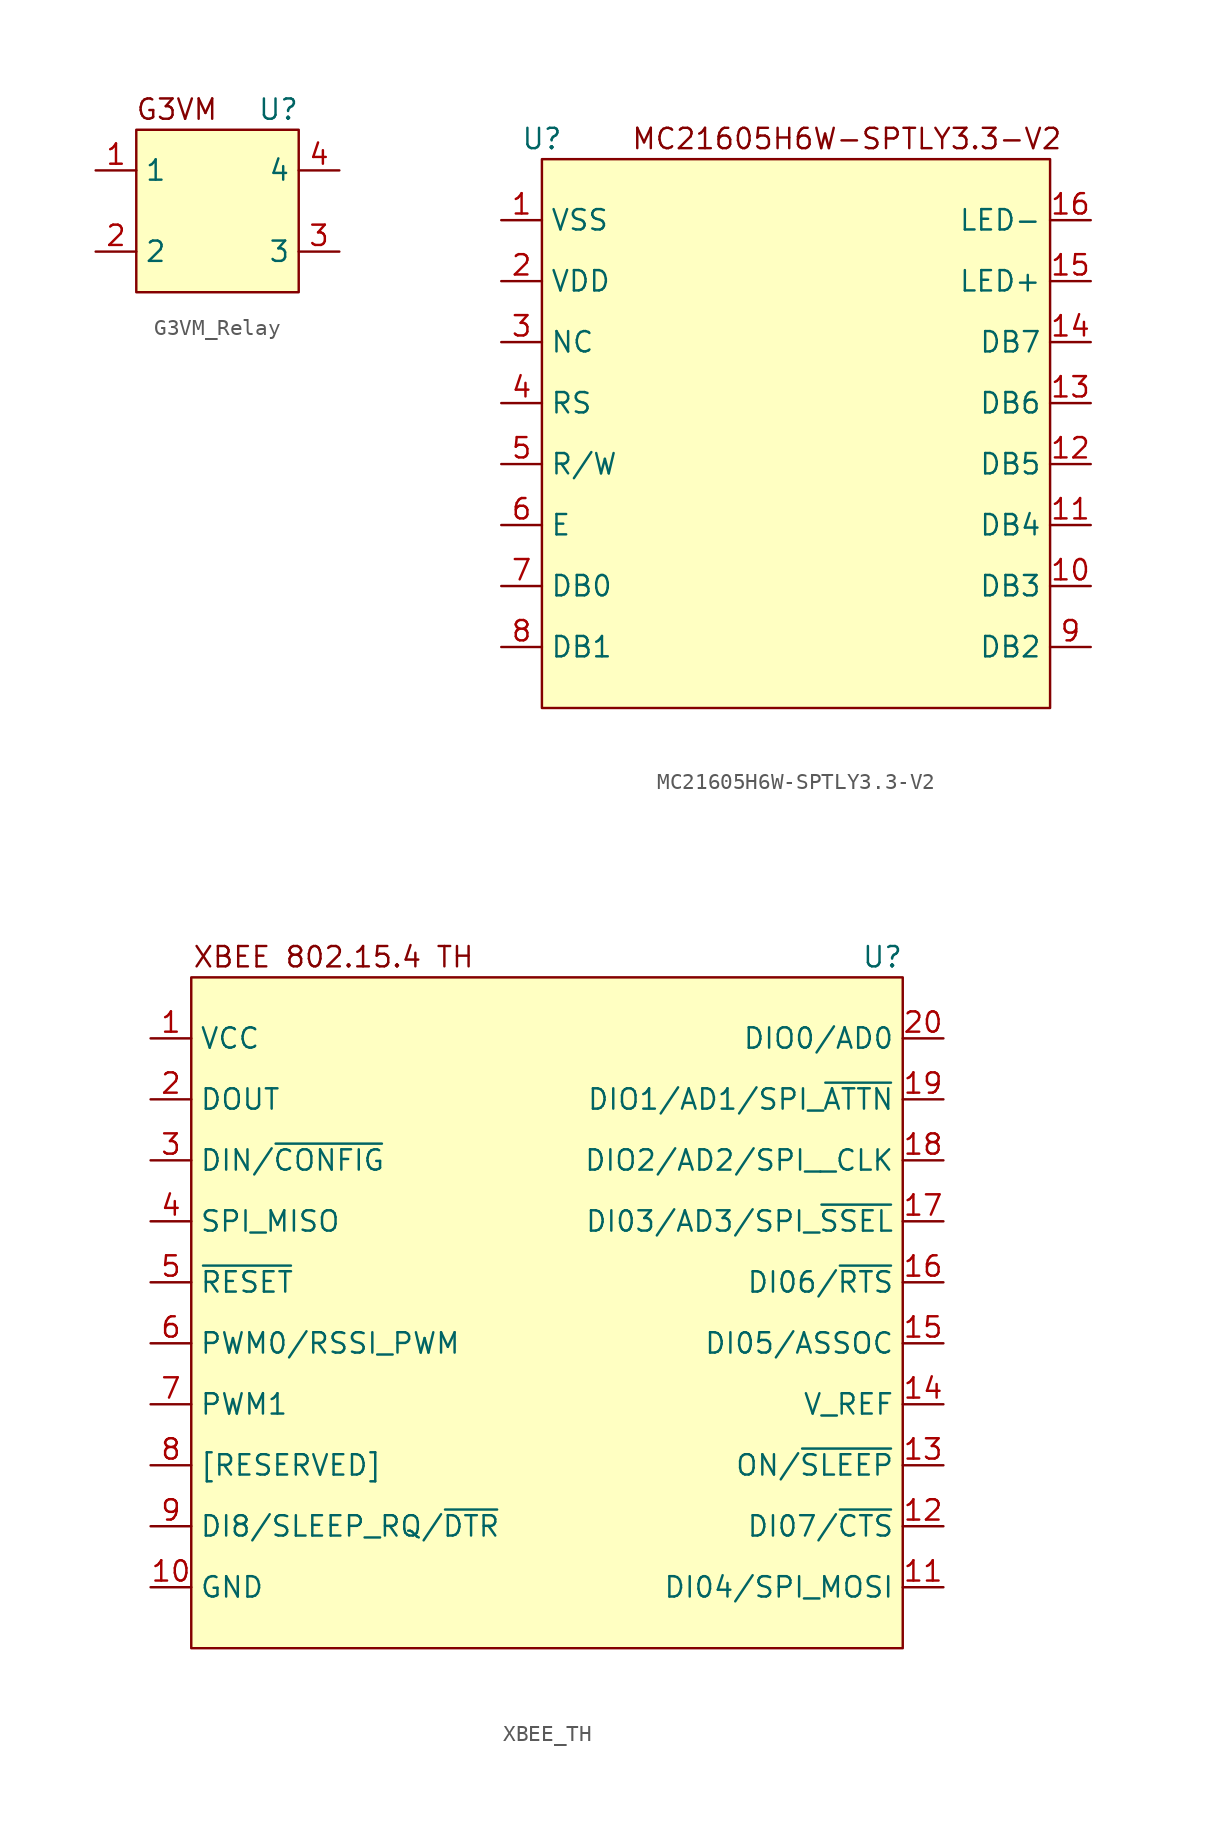
<source format=kicad_sym>
(kicad_symbol_lib
  (version 20220914)
  (generator kicad_symbol_editor)
  (symbol "G3VM_Relay"
    (property "Reference" "U"
      (at 3.81 6.35 0)
      (effects (font (size 1.27 1.27))))
    (property "Value" ""
      (at -5.08 7.62 0)
      (effects (font (size 1.27 1.27))))
    (symbol "G3VM_Relay_1_1"
      (rectangle (start -5.08 5.08) (end 5.08 -5.08) (stroke (width 0) (type default)) (fill (type background)))
      (text "G3VM" (at -2.54 6.35 0) (effects (font (size 1.27 1.27))))
      (pin input line (at -7.62 2.54 0) (length 2.54) (name "1" (effects (font (size 1.27 1.27)))) (number "1" (effects (font (size 1.27 1.27)))))
      (pin input line (at -7.62 -2.54 0) (length 2.54) (name "2" (effects (font (size 1.27 1.27)))) (number "2" (effects (font (size 1.27 1.27)))))
      (pin input line (at 7.62 -2.54 180) (length 2.54) (name "3" (effects (font (size 1.27 1.27)))) (number "3" (effects (font (size 1.27 1.27)))))
      (pin input line (at 7.62 2.54 180) (length 2.54) (name "4" (effects (font (size 1.27 1.27)))) (number "4" (effects (font (size 1.27 1.27)))))))
  (symbol "MC21605H6W-SPTLY3.3-V2"
    (property "Reference" "U"
      (at -15.24 17.78 0)
      (effects (font (size 1.27 1.27))))
    (property "Value" ""
      (at 0 -2.54 0)
      (effects (font (size 1.27 1.27))))
    (symbol "MC21605H6W-SPTLY3.3-V2_1_1"
      (rectangle (start -15.24 16.51) (end 16.51 -17.78) (stroke (width 0) (type default)) (fill (type background)))
      (text "MC21605H6W-SPTLY3.3-V2" (at 3.81 17.78 0) (effects (font (size 1.27 1.27))))
      (pin input line (at -17.78 12.7 0) (length 2.54) (name "VSS" (effects (font (size 1.27 1.27)))) (number "1" (effects (font (size 1.27 1.27)))))
      (pin input line (at 19.05 -10.16 180) (length 2.54) (name "DB3" (effects (font (size 1.27 1.27)))) (number "10" (effects (font (size 1.27 1.27)))))
      (pin input line (at 19.05 -6.35 180) (length 2.54) (name "DB4" (effects (font (size 1.27 1.27)))) (number "11" (effects (font (size 1.27 1.27)))))
      (pin input line (at 19.05 -2.54 180) (length 2.54) (name "DB5" (effects (font (size 1.27 1.27)))) (number "12" (effects (font (size 1.27 1.27)))))
      (pin input line (at 19.05 1.27 180) (length 2.54) (name "DB6" (effects (font (size 1.27 1.27)))) (number "13" (effects (font (size 1.27 1.27)))))
      (pin input line (at 19.05 5.08 180) (length 2.54) (name "DB7" (effects (font (size 1.27 1.27)))) (number "14" (effects (font (size 1.27 1.27)))))
      (pin input line (at 19.05 8.89 180) (length 2.54) (name "LED+" (effects (font (size 1.27 1.27)))) (number "15" (effects (font (size 1.27 1.27)))))
      (pin input line (at 19.05 12.7 180) (length 2.54) (name "LED-" (effects (font (size 1.27 1.27)))) (number "16" (effects (font (size 1.27 1.27)))))
      (pin input line (at -17.78 8.89 0) (length 2.54) (name "VDD" (effects (font (size 1.27 1.27)))) (number "2" (effects (font (size 1.27 1.27)))))
      (pin input line (at -17.78 5.08 0) (length 2.54) (name "NC" (effects (font (size 1.27 1.27)))) (number "3" (effects (font (size 1.27 1.27)))))
      (pin input line (at -17.78 1.27 0) (length 2.54) (name "RS" (effects (font (size 1.27 1.27)))) (number "4" (effects (font (size 1.27 1.27)))))
      (pin input line (at -17.78 -2.54 0) (length 2.54) (name "R/W" (effects (font (size 1.27 1.27)))) (number "5" (effects (font (size 1.27 1.27)))))
      (pin input line (at -17.78 -6.35 0) (length 2.54) (name "E" (effects (font (size 1.27 1.27)))) (number "6" (effects (font (size 1.27 1.27)))))
      (pin input line (at -17.78 -10.16 0) (length 2.54) (name "DB0" (effects (font (size 1.27 1.27)))) (number "7" (effects (font (size 1.27 1.27)))))
      (pin input line (at -17.78 -13.97 0) (length 2.54) (name "DB1" (effects (font (size 1.27 1.27)))) (number "8" (effects (font (size 1.27 1.27)))))
      (pin input line (at 19.05 -13.97 180) (length 2.54) (name "DB2" (effects (font (size 1.27 1.27)))) (number "9" (effects (font (size 1.27 1.27)))))))
  (symbol "XBEE_TH"
    (property "Reference" "U"
      (at 20.32 20.32 0)
      (effects (font (size 1.27 1.27))))
    (property "Value" ""
      (at 20.32 20.32 0)
      (effects (font (size 1.27 1.27))))
    (symbol "XBEE_TH_1_1"
      (rectangle (start -22.86 19.05) (end 21.59 -22.86) (stroke (width 0) (type default)) (fill (type background)))
      (text "XBEE 802.15.4 TH" (at -13.97 20.32 0) (effects (font (size 1.27 1.27))))
      (pin input line (at -25.4 15.24 0) (length 2.54) (name "VCC" (effects (font (size 1.27 1.27)))) (number "1" (effects (font (size 1.27 1.27)))))
      (pin input line (at -25.4 -19.05 0) (length 2.54) (name "GND" (effects (font (size 1.27 1.27)))) (number "10" (effects (font (size 1.27 1.27)))))
      (pin input line (at 24.13 -19.05 180) (length 2.54) (name "DI04/SPI_MOSI" (effects (font (size 1.27 1.27)))) (number "11" (effects (font (size 1.27 1.27)))))
      (pin input line (at 24.13 -15.24 180) (length 2.54) (name "DI07/~{CTS}" (effects (font (size 1.27 1.27)))) (number "12" (effects (font (size 1.27 1.27)))))
      (pin input line (at 24.13 -11.43 180) (length 2.54) (name "ON/~{SLEEP}" (effects (font (size 1.27 1.27)))) (number "13" (effects (font (size 1.27 1.27)))))
      (pin input line (at 24.13 -7.62 180) (length 2.54) (name "V_REF" (effects (font (size 1.27 1.27)))) (number "14" (effects (font (size 1.27 1.27)))))
      (pin input line (at 24.13 -3.81 180) (length 2.54) (name "DI05/ASSOC" (effects (font (size 1.27 1.27)))) (number "15" (effects (font (size 1.27 1.27)))))
      (pin input line (at 24.13 0 180) (length 2.54) (name "DI06/~{RTS}" (effects (font (size 1.27 1.27)))) (number "16" (effects (font (size 1.27 1.27)))))
      (pin input line (at 24.13 3.81 180) (length 2.54) (name "DI03/AD3/SPI_~{SSEL}" (effects (font (size 1.27 1.27)))) (number "17" (effects (font (size 1.27 1.27)))))
      (pin input line (at 24.13 7.62 180) (length 2.54) (name "DIO2/AD2/SPI__CLK" (effects (font (size 1.27 1.27)))) (number "18" (effects (font (size 1.27 1.27)))))
      (pin input line (at 24.13 11.43 180) (length 2.54) (name "DIO1/AD1/SPI_~{ATTN}" (effects (font (size 1.27 1.27)))) (number "19" (effects (font (size 1.27 1.27)))))
      (pin input line (at -25.4 11.43 0) (length 2.54) (name "DOUT" (effects (font (size 1.27 1.27)))) (number "2" (effects (font (size 1.27 1.27)))))
      (pin input line (at 24.13 15.24 180) (length 2.54) (name "DIO0/AD0" (effects (font (size 1.27 1.27)))) (number "20" (effects (font (size 1.27 1.27)))))
      (pin input line (at -25.4 7.62 0) (length 2.54) (name "DIN/~{CONFIG}" (effects (font (size 1.27 1.27)))) (number "3" (effects (font (size 1.27 1.27)))))
      (pin input line (at -25.4 3.81 0) (length 2.54) (name "SPI_MISO" (effects (font (size 1.27 1.27)))) (number "4" (effects (font (size 1.27 1.27)))))
      (pin input line (at -25.4 0 0) (length 2.54) (name "~{RESET}" (effects (font (size 1.27 1.27)))) (number "5" (effects (font (size 1.27 1.27)))))
      (pin input line (at -25.4 -3.81 0) (length 2.54) (name "PWM0/RSSI_PWM" (effects (font (size 1.27 1.27)))) (number "6" (effects (font (size 1.27 1.27)))))
      (pin input line (at -25.4 -7.62 0) (length 2.54) (name "PWM1" (effects (font (size 1.27 1.27)))) (number "7" (effects (font (size 1.27 1.27)))))
      (pin input line (at -25.4 -11.43 0) (length 2.54) (name "[RESERVED]" (effects (font (size 1.27 1.27)))) (number "8" (effects (font (size 1.27 1.27)))))
      (pin input line (at -25.4 -15.24 0) (length 2.54) (name "DI8/SLEEP_RQ/~{DTR}" (effects (font (size 1.27 1.27)))) (number "9" (effects (font (size 1.27 1.27))))))))
</source>
